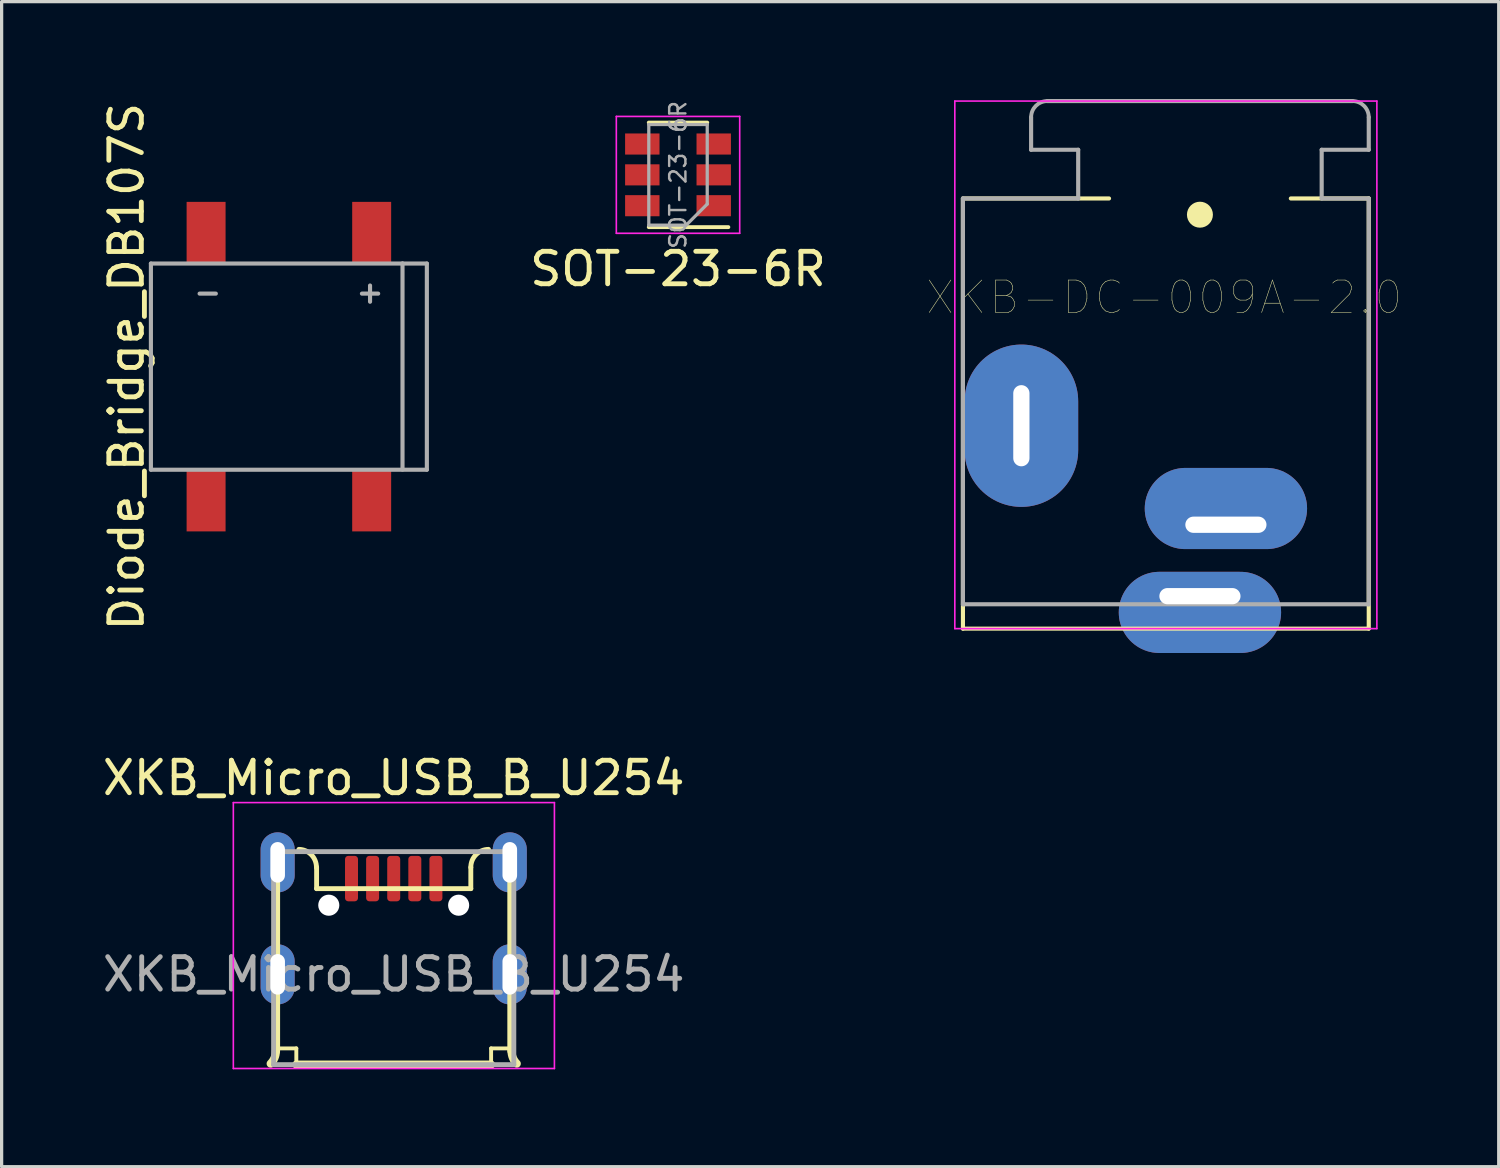
<source format=kicad_pcb>
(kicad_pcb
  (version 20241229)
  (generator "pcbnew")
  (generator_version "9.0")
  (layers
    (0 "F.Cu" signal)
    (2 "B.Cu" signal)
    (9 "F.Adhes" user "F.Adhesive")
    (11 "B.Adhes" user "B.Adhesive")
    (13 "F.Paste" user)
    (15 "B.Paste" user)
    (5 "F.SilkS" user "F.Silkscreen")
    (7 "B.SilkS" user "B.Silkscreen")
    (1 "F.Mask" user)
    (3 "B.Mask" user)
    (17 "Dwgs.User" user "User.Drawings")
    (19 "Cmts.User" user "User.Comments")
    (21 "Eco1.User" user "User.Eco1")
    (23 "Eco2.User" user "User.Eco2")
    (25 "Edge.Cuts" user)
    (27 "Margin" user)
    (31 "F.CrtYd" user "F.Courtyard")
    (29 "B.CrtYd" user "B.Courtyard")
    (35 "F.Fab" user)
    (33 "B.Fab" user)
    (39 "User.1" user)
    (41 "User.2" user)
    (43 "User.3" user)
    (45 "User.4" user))
  (footprint "SOT-23-6R"
    (layer "F.Cu")
    (at 17.834 2.336)
    (property "Reference" "SOT-23-6R" (at 0 2.9 180) (layer "F.SilkS") (effects (font (size 1 1) (thickness 0.15))))
    (attr smd)
    (fp_line (start -0.9 1.61) (end 1.55 1.61) (stroke (width 0.12) (type solid)) (layer "F.SilkS"))
    (fp_line (start 0.9 -1.61) (end -0.9 -1.61) (stroke (width 0.12) (type solid)) (layer "F.SilkS"))
    (fp_line (start -1.9 -1.8) (end -1.9 1.8) (stroke (width 0.05) (type solid)) (layer "F.CrtYd"))
    (fp_line (start -1.9 1.8) (end 1.9 1.8) (stroke (width 0.05) (type solid)) (layer "F.CrtYd"))
    (fp_line (start 1.9 -1.8) (end -1.9 -1.8) (stroke (width 0.05) (type solid)) (layer "F.CrtYd"))
    (fp_line (start 1.9 1.8) (end 1.9 -1.8) (stroke (width 0.05) (type solid)) (layer "F.CrtYd"))
    (fp_line (start -0.9 -1.55) (end 0.9 -1.55) (stroke (width 0.1) (type solid)) (layer "F.Fab"))
    (fp_line (start -0.9 1.55) (end -0.9 -1.55) (stroke (width 0.1) (type solid)) (layer "F.Fab"))
    (fp_line (start -0.9 1.55) (end 0.25 1.55) (stroke (width 0.1) (type solid)) (layer "F.Fab"))
    (fp_line (start 0.9 0.9) (end 0.25 1.55) (stroke (width 0.1) (type solid)) (layer "F.Fab"))
    (fp_line (start 0.9 0.9) (end 0.9 -1.55) (stroke (width 0.1) (type solid)) (layer "F.Fab"))
    (fp_text user "${REFERENCE}" (at 0 0 270) (layer "F.Fab") (effects (font (size 0.5 0.5) (thickness 0.075))))
    (pad "1" smd rect (at 1.1 0.95 180) (size 1.06 0.65) (layers "F.Cu" "F.Mask" "F.Paste"))
    (pad "2" smd rect (at 1.1 0 180) (size 1.06 0.65) (layers "F.Cu" "F.Mask" "F.Paste"))
    (pad "3" smd rect (at 1.1 -0.95 180) (size 1.06 0.65) (layers "F.Cu" "F.Mask" "F.Paste"))
    (pad "4" smd rect (at -1.1 -0.95 180) (size 1.06 0.65) (layers "F.Cu" "F.Mask" "F.Paste"))
    (pad "5" smd rect (at -1.1 0 180) (size 1.06 0.65) (layers "F.Cu" "F.Mask" "F.Paste"))
    (pad "6" smd rect (at -1.1 0.95 180) (size 1.06 0.65) (layers "F.Cu" "F.Mask" "F.Paste")))
  (footprint "Diode_Bridge_DB107S"
    (layer "F.Cu")
    (at 5.848 8.244)
    (property "Reference" "Diode_Bridge_DB107S" (at -5 0 270) (layer "F.SilkS") (effects (font (size 1 1) (thickness 0.15))))
    (attr through_hole)
    (fp_line (start -4.25 -3.176) (end -4.25 3.174) (stroke (width 0.127) (type solid)) (layer "F.Fab"))
    (fp_line (start -4.25 3.174) (end 4.25 3.174) (stroke (width 0.127) (type solid)) (layer "F.Fab"))
    (fp_line (start -2.75 -2.25) (end -2.25 -2.25) (stroke (width 0.127) (type solid)) (layer "F.Fab"))
    (fp_line (start 2.25 -2.25) (end 2.75 -2.25) (stroke (width 0.127) (type solid)) (layer "F.Fab"))
    (fp_line (start 2.5 -2.5) (end 2.5 -2) (stroke (width 0.127) (type solid)) (layer "F.Fab"))
    (fp_line (start 3.5 -3.176) (end -4.25 -3.176) (stroke (width 0.127) (type solid)) (layer "F.Fab"))
    (fp_line (start 3.5 -3.176) (end 3.5 3.17) (stroke (width 0.127) (type solid)) (layer "F.Fab"))
    (fp_line (start 4.25 -3.176) (end 3.5 -3.176) (stroke (width 0.127) (type solid)) (layer "F.Fab"))
    (fp_line (start 4.25 3.174) (end 4.25 -3.176) (stroke (width 0.127) (type solid)) (layer "F.Fab"))
    (pad "1" smd rect (at 2.55 -4.126) (size 1.2 1.9) (layers "F.Cu" "F.Mask" "F.Paste"))
    (pad "2" smd rect (at -2.55 -4.126) (size 1.2 1.9) (layers "F.Cu" "F.Mask" "F.Paste"))
    (pad "3" smd rect (at -2.55 4.124) (size 1.2 1.9) (layers "F.Cu" "F.Mask" "F.Paste"))
    (pad "4" smd rect (at 2.55 4.124) (size 1.2 1.9) (layers "F.Cu" "F.Mask" "F.Paste")))
  (footprint "XKB_Micro_USB_B_U254"
    (layer "F.Cu")
    (at 9.077 26.962)
    (property "Reference" "XKB_Micro_USB_B_U254" (at 0 -6.05 0) (layer "F.SilkS") (effects (font (size 1 1) (thickness 0.15))))
    (attr smd)
    (fp_line (start -3.625 -3.85) (end -3.625 2.36) (stroke (width 0.25) (type solid)) (layer "F.SilkS"))
    (fp_line (start -3 2.28) (end -3.63 2.28) (stroke (width 0.12) (type solid)) (layer "F.SilkS"))
    (fp_line (start -3 2.78) (end -3 2.28) (stroke (width 0.12) (type solid)) (layer "F.SilkS"))
    (fp_line (start -2.375 -2.64) (end -2.375 -3.3) (stroke (width 0.15) (type solid)) (layer "F.SilkS"))
    (fp_line (start 2.375 -2.64) (end -2.375 -2.64) (stroke (width 0.15) (type solid)) (layer "F.SilkS"))
    (fp_line (start 2.375 -2.64) (end 2.375 -3.295) (stroke (width 0.15) (type solid)) (layer "F.SilkS"))
    (fp_line (start 3 2.28) (end 3.63 2.28) (stroke (width 0.12) (type solid)) (layer "F.SilkS"))
    (fp_line (start 3 2.78) (end -3 2.78) (stroke (width 0.25) (type solid)) (layer "F.SilkS"))
    (fp_line (start 3 2.78) (end 3 2.28) (stroke (width 0.12) (type solid)) (layer "F.SilkS"))
    (fp_line (start 3.625 2.36) (end 3.625 -3.85) (stroke (width 0.25) (type solid)) (layer "F.SilkS"))
    (fp_arc (start -3.628909 2.361091) (mid -3.670775 2.571567) (end -3.79 2.75) (stroke (width 0.25) (type solid)) (layer "F.SilkS"))
    (fp_arc (start -2.92 -3.85) (mid -2.53402 -3.681838) (end -2.38 -3.29) (stroke (width 0.15) (type solid)) (layer "F.SilkS"))
    (fp_arc (start 2.375 -3.295) (mid 2.532556 -3.685373) (end 2.92 -3.85) (stroke (width 0.15) (type solid)) (layer "F.SilkS"))
    (fp_arc (start 3.79 2.75) (mid 3.670775 2.571567) (end 3.628909 2.361091) (stroke (width 0.25) (type solid)) (layer "F.SilkS"))
    (fp_line (start -4.94 -5.29) (end -4.94 2.9) (stroke (width 0.05) (type solid)) (layer "F.CrtYd"))
    (fp_line (start -4.94 2.9) (end 4.95 2.9) (stroke (width 0.05) (type solid)) (layer "F.CrtYd"))
    (fp_line (start 4.95 -5.29) (end -4.94 -5.29) (stroke (width 0.05) (type solid)) (layer "F.CrtYd"))
    (fp_line (start 4.95 2.9) (end 4.95 -5.29) (stroke (width 0.05) (type solid)) (layer "F.CrtYd"))
    (fp_line (start -3.7 -3.78) (end -3.7 2.78) (stroke (width 0.15) (type solid)) (layer "F.Fab"))
    (fp_line (start -3.7 2.78) (end 3.7 2.78) (stroke (width 0.15) (type solid)) (layer "F.Fab"))
    (fp_line (start 3.7 -3.78) (end -3.7 -3.78) (stroke (width 0.15) (type solid)) (layer "F.Fab"))
    (fp_line (start 3.7 2.78) (end 3.7 -3.78) (stroke (width 0.15) (type solid)) (layer "F.Fab"))
    (fp_text user "${REFERENCE}" (at 0 0 0) (layer "F.Fab") (effects (font (size 1 1) (thickness 0.15))))
    (pad "" np_thru_hole circle (at -2 -2.13) (size 0.65 0.65) (drill 0.65) (layers "*.Cu" "*.Mask"))
    (pad "" np_thru_hole circle (at 2 -2.13) (size 0.65 0.65) (drill 0.65) (layers "*.Cu" "*.Mask"))
    (pad "1" smd roundrect (at -1.3 -2.95) (size 0.4 1.4) (layers "F.Cu" "F.Mask" "F.Paste") (roundrect_rratio 0.25))
    (pad "2" smd roundrect (at -0.65 -2.95) (size 0.4 1.4) (layers "F.Cu" "F.Mask" "F.Paste") (roundrect_rratio 0.25))
    (pad "3" smd roundrect (at 0 -2.95) (size 0.4 1.4) (layers "F.Cu" "F.Mask" "F.Paste") (roundrect_rratio 0.25))
    (pad "4" smd roundrect (at 0.65 -2.95) (size 0.4 1.4) (layers "F.Cu" "F.Mask" "F.Paste") (roundrect_rratio 0.25))
    (pad "5" smd roundrect (at 1.3 -2.95) (size 0.4 1.4) (layers "F.Cu" "F.Mask" "F.Paste") (roundrect_rratio 0.25))
    (pad "6" thru_hole oval (at -3.575 -3.45) (size 1.05 1.85) (drill oval 0.45 1.25) (layers "*.Cu" "*.Mask"))
    (pad "6" thru_hole oval (at -3.575 0) (size 1.05 1.85) (drill oval 0.45 1.25) (layers "*.Cu" "*.Mask"))
    (pad "6" thru_hole oval (at 3.575 -3.45) (size 1.05 1.85) (drill oval 0.45 1.25) (layers "*.Cu" "*.Mask"))
    (pad "6" thru_hole oval (at 3.575 0) (size 1.05 1.85) (drill oval 0.45 1.25) (layers "*.Cu" "*.Mask")))
  (footprint "XKB-DC-009A-2.0"
    (layer "F.Cu")
    (at 33.91 15.563)
    (property "Reference" "XKB-DC-009A-2.0" (at -1.1 -9.45 180) (layer "F.SilkS") (effects (font (size 1 1) (thickness 0.015))))
    (attr through_hole)
    (fp_line (start -7.3 -12.5) (end -7.3 0.75) (stroke (width 0.127) (type solid)) (layer "F.SilkS"))
    (fp_line (start -7.3 0.75) (end 5.2 0.75) (stroke (width 0.127) (type solid)) (layer "F.SilkS"))
    (fp_line (start -2.8 -12.5) (end -7.25 -12.5) (stroke (width 0.127) (type solid)) (layer "F.SilkS"))
    (fp_line (start 5.2 -12.5) (end 2.8 -12.5) (stroke (width 0.127) (type solid)) (layer "F.SilkS"))
    (fp_line (start 5.2 0.75) (end 5.2 -12.5) (stroke (width 0.127) (type solid)) (layer "F.SilkS"))
    (fp_circle (center 0 -12) (end 0.2 -12) (stroke (width 0.4) (type solid)) (fill no) (layer "F.SilkS"))
    (fp_line (start -7.55 -15.5) (end 5.45 -15.5) (stroke (width 0.05) (type solid)) (layer "F.CrtYd"))
    (fp_line (start -7.55 0.75) (end -7.55 -15.5) (stroke (width 0.05) (type solid)) (layer "F.CrtYd"))
    (fp_line (start 5.45 -15.5) (end 5.45 0.75) (stroke (width 0.05) (type solid)) (layer "F.CrtYd"))
    (fp_line (start 5.45 0.75) (end -7.55 0.75) (stroke (width 0.05) (type solid)) (layer "F.CrtYd"))
    (fp_line (start -7.3 -12.5) (end -7.3 0) (stroke (width 0.127) (type solid)) (layer "F.Fab"))
    (fp_line (start -7.3 -12.5) (end -3.75 -12.5) (stroke (width 0.127) (type solid)) (layer "F.Fab"))
    (fp_line (start -7.3 0) (end 5.2 0) (stroke (width 0.127) (type solid)) (layer "F.Fab"))
    (fp_line (start -5.2 -15) (end -5.2 -14) (stroke (width 0.127) (type solid)) (layer "F.Fab"))
    (fp_line (start -5.2 -14) (end -3.75 -14) (stroke (width 0.127) (type solid)) (layer "F.Fab"))
    (fp_line (start -3.75 -14) (end -3.75 -12.5) (stroke (width 0.127) (type solid)) (layer "F.Fab"))
    (fp_line (start 3.75 -14) (end 3.75 -12.5) (stroke (width 0.127) (type solid)) (layer "F.Fab"))
    (fp_line (start 3.75 -14) (end 5.2 -14) (stroke (width 0.127) (type solid)) (layer "F.Fab"))
    (fp_line (start 3.75 -12.5) (end 5.2 -12.5) (stroke (width 0.127) (type solid)) (layer "F.Fab"))
    (fp_line (start 4.7 -15.5) (end -4.7 -15.5) (stroke (width 0.127) (type solid)) (layer "F.Fab"))
    (fp_line (start 5.2 -15) (end 5.2 -14) (stroke (width 0.127) (type solid)) (layer "F.Fab"))
    (fp_line (start 5.2 0) (end 5.2 -12.5) (stroke (width 0.127) (type solid)) (layer "F.Fab"))
    (fp_arc (start -5.2 -15) (mid -5.053553 -15.353553) (end -4.7 -15.5) (stroke (width 0.12) (type solid)) (layer "F.Fab"))
    (fp_arc (start 4.7 -15.5) (mid 5.053553 -15.353553) (end 5.2 -15) (stroke (width 0.12) (type solid)) (layer "F.Fab"))
    (pad "1" thru_hole oval (at 0 -0.25) (size 5 2.5) (drill oval 2.5 0.5 (offset 0 0.5)) (layers "*.Cu" "*.Mask"))
    (pad "2" thru_hole oval (at -5.5 -5.5 270) (size 5 3.5) (drill oval 2.5 0.5) (layers "*.Cu" "*.Mask"))
    (pad "3" thru_hole oval (at 0.8 -2.45) (size 5 2.5) (drill oval 2.5 0.5 (offset 0 -0.5)) (layers "*.Cu" "*.Mask")))
  (gr_rect
    (start -3 -3)
    (end 43.113 32.887)
    (stroke (width 0.1) (type default))
    (fill no)
    (layer "Edge.Cuts")))
</source>
